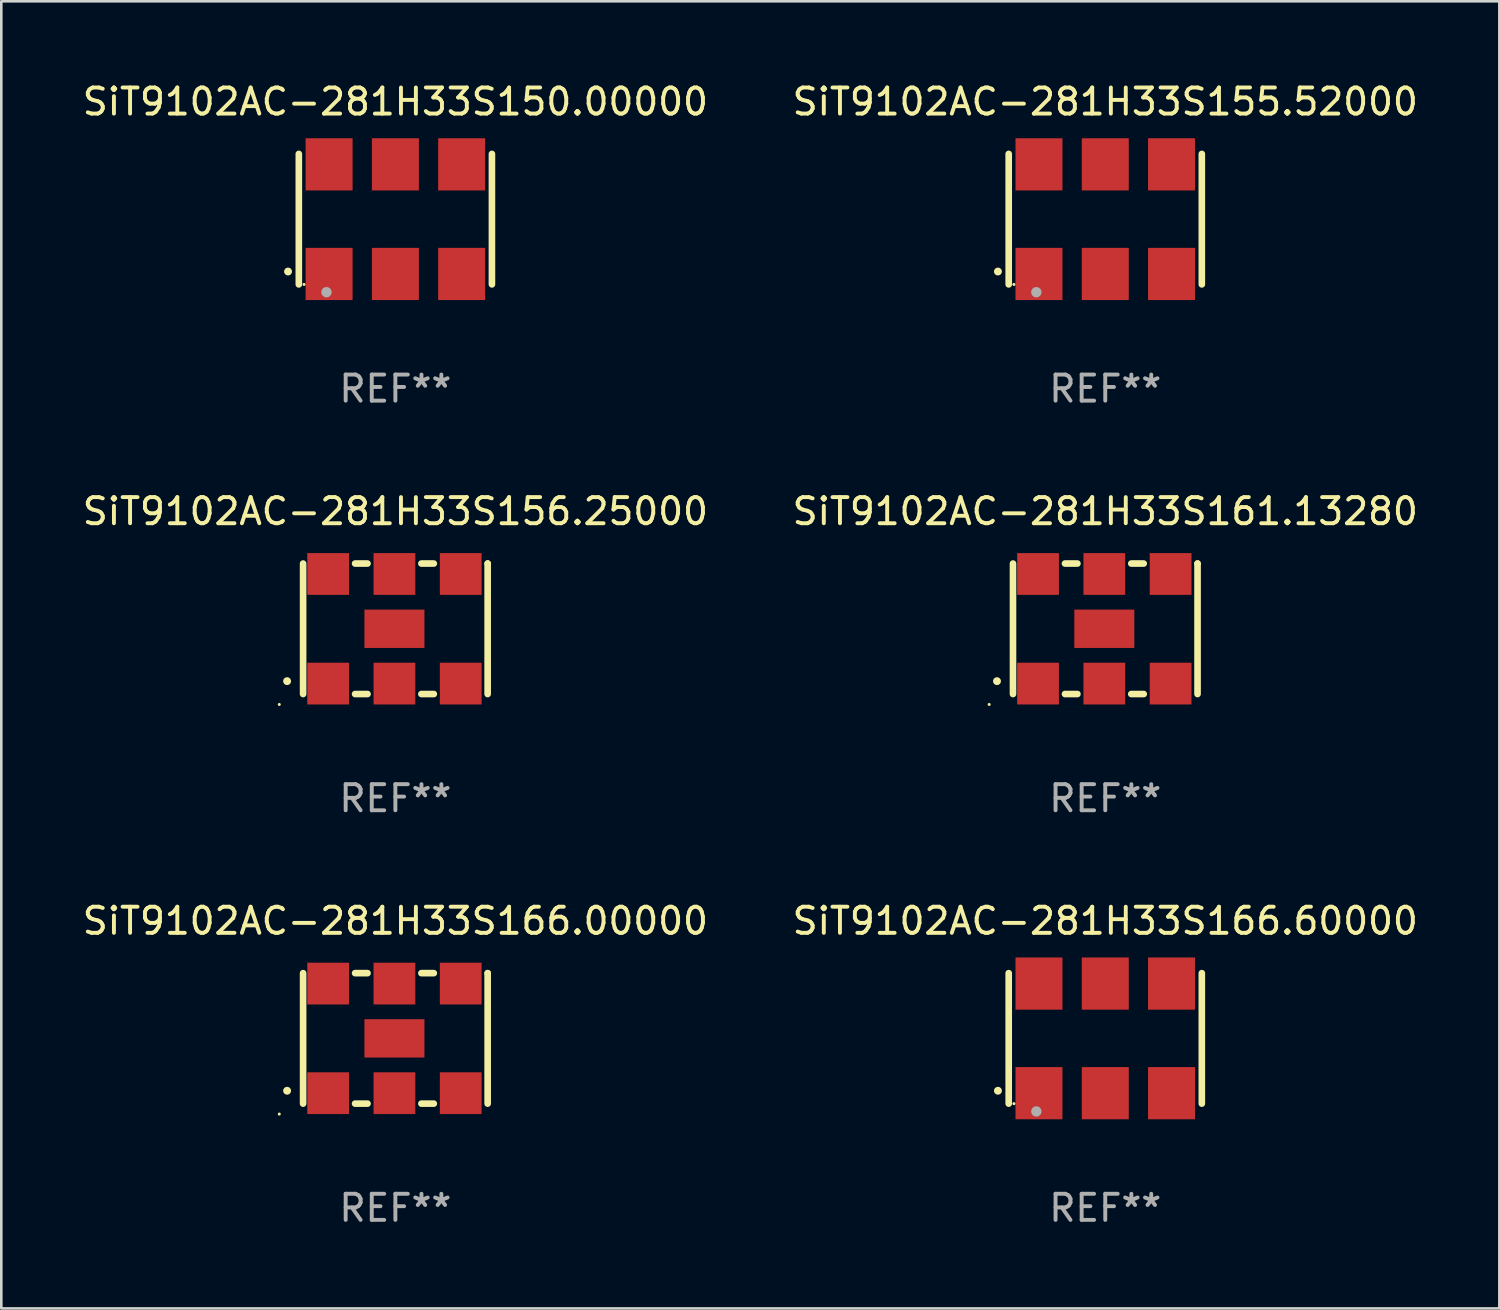
<source format=kicad_pcb>
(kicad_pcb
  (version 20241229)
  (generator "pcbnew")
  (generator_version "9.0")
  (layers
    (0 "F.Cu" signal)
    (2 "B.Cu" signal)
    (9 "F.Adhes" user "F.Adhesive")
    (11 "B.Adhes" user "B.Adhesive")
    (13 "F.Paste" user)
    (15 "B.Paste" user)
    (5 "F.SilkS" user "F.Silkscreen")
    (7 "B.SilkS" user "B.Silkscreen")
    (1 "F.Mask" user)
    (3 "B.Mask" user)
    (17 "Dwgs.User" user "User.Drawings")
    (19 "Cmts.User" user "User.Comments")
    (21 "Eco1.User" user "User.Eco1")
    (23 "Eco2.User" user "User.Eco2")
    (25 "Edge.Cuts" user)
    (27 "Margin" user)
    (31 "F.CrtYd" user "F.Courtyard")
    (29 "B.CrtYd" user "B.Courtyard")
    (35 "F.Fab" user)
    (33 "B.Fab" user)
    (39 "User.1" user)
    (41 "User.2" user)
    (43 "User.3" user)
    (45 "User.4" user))
  (footprint "SiT9102AC-281H33S155.52000"
    (layer "F.Cu")
    (at 39.304 5.348)
    (property "Reference" "SiT9102AC-281H33S155.52000" (at 0 -4.5 0) (layer "F.SilkS") (effects (font (size 1 1) (thickness 0.15))))
    (attr through_hole)
    (fp_line (start -3.7 -2.5) (end -3.7 2.5) (stroke (width 0.254) (type solid)) (layer "F.SilkS"))
    (fp_line (start 3.7 -2.5) (end 3.7 2.5) (stroke (width 0.254) (type solid)) (layer "F.SilkS"))
    (fp_arc (start -4.114415 2.006604) (mid -4.113145 2.006599) (end -4.111875 2.006604) (stroke (width 0.3) (type solid)) (layer "F.SilkS"))
    (fp_circle (center -3.5 2.501) (end -3.47 2.501) (stroke (width 0.06) (type solid)) (fill no) (layer "F.SilkS"))
    (fp_circle (center -2.641 2.799) (end -2.541 2.799) (stroke (width 0.2) (type solid)) (fill no) (layer "F.Fab"))
    (fp_text user "REF**" (at 0 6.5 0) (layer "F.Fab") (effects (font (size 1 1) (thickness 0.15))))
    (pad "1" smd rect (at -2.54 2.1) (size 1.8 2) (layers "F.Cu" "F.Mask" "F.Paste"))
    (pad "2" smd rect (at 0.000394 2.1) (size 1.8 2) (layers "F.Cu" "F.Mask" "F.Paste"))
    (pad "3" smd rect (at 2.54 2.1) (size 1.8 2) (layers "F.Cu" "F.Mask" "F.Paste"))
    (pad "4" smd rect (at 2.54 -2.1) (size 1.8 2) (layers "F.Cu" "F.Mask" "F.Paste"))
    (pad "5" smd rect (at 0.000394 -2.1) (size 1.8 2) (layers "F.Cu" "F.Mask" "F.Paste"))
    (pad "6" smd rect (at -2.54 -2.1) (size 1.8 2) (layers "F.Cu" "F.Mask" "F.Paste")))
  (footprint "SiT9102AC-281H33S150.00000"
    (layer "F.Cu")
    (at 12.101 5.348)
    (property "Reference" "SiT9102AC-281H33S150.00000" (at 0 -4.5 0) (layer "F.SilkS") (effects (font (size 1 1) (thickness 0.15))))
    (attr through_hole)
    (fp_line (start -3.7 -2.5) (end -3.7 2.5) (stroke (width 0.254) (type solid)) (layer "F.SilkS"))
    (fp_line (start 3.7 -2.5) (end 3.7 2.5) (stroke (width 0.254) (type solid)) (layer "F.SilkS"))
    (fp_arc (start -4.114415 2.006604) (mid -4.113145 2.006599) (end -4.111875 2.006604) (stroke (width 0.3) (type solid)) (layer "F.SilkS"))
    (fp_circle (center -3.5 2.501) (end -3.47 2.501) (stroke (width 0.06) (type solid)) (fill no) (layer "F.SilkS"))
    (fp_circle (center -2.641 2.799) (end -2.541 2.799) (stroke (width 0.2) (type solid)) (fill no) (layer "F.Fab"))
    (fp_text user "REF**" (at 0 6.5 0) (layer "F.Fab") (effects (font (size 1 1) (thickness 0.15))))
    (pad "1" smd rect (at -2.54 2.1) (size 1.8 2) (layers "F.Cu" "F.Mask" "F.Paste"))
    (pad "2" smd rect (at 0.000394 2.1) (size 1.8 2) (layers "F.Cu" "F.Mask" "F.Paste"))
    (pad "3" smd rect (at 2.54 2.1) (size 1.8 2) (layers "F.Cu" "F.Mask" "F.Paste"))
    (pad "4" smd rect (at 2.54 -2.1) (size 1.8 2) (layers "F.Cu" "F.Mask" "F.Paste"))
    (pad "5" smd rect (at 0.000394 -2.1) (size 1.8 2) (layers "F.Cu" "F.Mask" "F.Paste"))
    (pad "6" smd rect (at -2.54 -2.1) (size 1.8 2) (layers "F.Cu" "F.Mask" "F.Paste")))
  (footprint "SiT9102AC-281H33S166.00000"
    (layer "F.Cu")
    (at 12.101 36.741)
    (property "Reference" "SiT9102AC-281H33S166.00000" (at 0 -4.5 0) (layer "F.SilkS") (effects (font (size 1 1) (thickness 0.15))))
    (attr through_hole)
    (fp_line (start -3.536 -2.5) (end -3.536 2.5) (stroke (width 0.254) (type solid)) (layer "F.SilkS"))
    (fp_line (start -1.544 2.5) (end -1.067 2.5) (stroke (width 0.254) (type solid)) (layer "F.SilkS"))
    (fp_line (start -1.067 -2.5) (end -1.544 -2.5) (stroke (width 0.254) (type solid)) (layer "F.SilkS"))
    (fp_line (start 0.996 2.5) (end 1.473 2.5) (stroke (width 0.254) (type solid)) (layer "F.SilkS"))
    (fp_line (start 1.473 -2.5) (end 0.996 -2.5) (stroke (width 0.254) (type solid)) (layer "F.SilkS"))
    (fp_line (start 3.536 -2.5) (end 3.536 -2.5) (stroke (width 0.254) (type solid)) (layer "F.SilkS"))
    (fp_line (start 3.536 2.5) (end 3.536 -2.5) (stroke (width 0.254) (type solid)) (layer "F.SilkS"))
    (fp_arc (start -4.150432 2.006604) (mid -4.149162 2.006599) (end -4.147892 2.006604) (stroke (width 0.3) (type solid)) (layer "F.SilkS"))
    (fp_circle (center -4.449 2.9) (end -4.419 2.9) (stroke (width 0.06) (type solid)) (fill no) (layer "F.SilkS"))
    (fp_text user "REF**" (at 0 6.5 0) (layer "F.Fab") (effects (font (size 1 1) (thickness 0.15))))
    (pad "1" smd rect (at -2.576 2.1) (size 1.6 1.6) (layers "F.Cu" "F.Mask" "F.Paste"))
    (pad "2" smd rect (at -0.036 2.1) (size 1.6 1.6) (layers "F.Cu" "F.Mask" "F.Paste"))
    (pad "3" smd rect (at 2.504 2.1) (size 1.6 1.6) (layers "F.Cu" "F.Mask" "F.Paste"))
    (pad "4" smd rect (at 2.504 -2.1) (size 1.6 1.6) (layers "F.Cu" "F.Mask" "F.Paste"))
    (pad "5" smd rect (at -0.036 -2.1) (size 1.6 1.6) (layers "F.Cu" "F.Mask" "F.Paste"))
    (pad "6" smd rect (at -2.576 -2.1) (size 1.6 1.6) (layers "F.Cu" "F.Mask" "F.Paste"))
    (pad "7" smd rect (at -0.036 0) (size 2.3 1.47) (layers "F.Cu" "F.Mask" "F.Paste")))
  (footprint "SiT9102AC-281H33S166.60000"
    (layer "F.Cu")
    (at 39.304 36.741)
    (property "Reference" "SiT9102AC-281H33S166.60000" (at 0 -4.5 0) (layer "F.SilkS") (effects (font (size 1 1) (thickness 0.15))))
    (attr through_hole)
    (fp_line (start -3.7 -2.5) (end -3.7 2.5) (stroke (width 0.254) (type solid)) (layer "F.SilkS"))
    (fp_line (start 3.7 -2.5) (end 3.7 2.5) (stroke (width 0.254) (type solid)) (layer "F.SilkS"))
    (fp_arc (start -4.114415 2.006604) (mid -4.113145 2.006599) (end -4.111875 2.006604) (stroke (width 0.3) (type solid)) (layer "F.SilkS"))
    (fp_circle (center -3.5 2.501) (end -3.47 2.501) (stroke (width 0.06) (type solid)) (fill no) (layer "F.SilkS"))
    (fp_circle (center -2.641 2.799) (end -2.541 2.799) (stroke (width 0.2) (type solid)) (fill no) (layer "F.Fab"))
    (fp_text user "REF**" (at 0 6.5 0) (layer "F.Fab") (effects (font (size 1 1) (thickness 0.15))))
    (pad "1" smd rect (at -2.54 2.1) (size 1.8 2) (layers "F.Cu" "F.Mask" "F.Paste"))
    (pad "2" smd rect (at 0.000394 2.1) (size 1.8 2) (layers "F.Cu" "F.Mask" "F.Paste"))
    (pad "3" smd rect (at 2.54 2.1) (size 1.8 2) (layers "F.Cu" "F.Mask" "F.Paste"))
    (pad "4" smd rect (at 2.54 -2.1) (size 1.8 2) (layers "F.Cu" "F.Mask" "F.Paste"))
    (pad "5" smd rect (at 0.000394 -2.1) (size 1.8 2) (layers "F.Cu" "F.Mask" "F.Paste"))
    (pad "6" smd rect (at -2.54 -2.1) (size 1.8 2) (layers "F.Cu" "F.Mask" "F.Paste")))
  (footprint "SiT9102AC-281H33S156.25000"
    (layer "F.Cu")
    (at 12.101 21.045)
    (property "Reference" "SiT9102AC-281H33S156.25000" (at 0 -4.5 0) (layer "F.SilkS") (effects (font (size 1 1) (thickness 0.15))))
    (attr through_hole)
    (fp_line (start -3.536 -2.5) (end -3.536 2.5) (stroke (width 0.254) (type solid)) (layer "F.SilkS"))
    (fp_line (start -1.544 2.5) (end -1.067 2.5) (stroke (width 0.254) (type solid)) (layer "F.SilkS"))
    (fp_line (start -1.067 -2.5) (end -1.544 -2.5) (stroke (width 0.254) (type solid)) (layer "F.SilkS"))
    (fp_line (start 0.996 2.5) (end 1.473 2.5) (stroke (width 0.254) (type solid)) (layer "F.SilkS"))
    (fp_line (start 1.473 -2.5) (end 0.996 -2.5) (stroke (width 0.254) (type solid)) (layer "F.SilkS"))
    (fp_line (start 3.536 -2.5) (end 3.536 -2.5) (stroke (width 0.254) (type solid)) (layer "F.SilkS"))
    (fp_line (start 3.536 2.5) (end 3.536 -2.5) (stroke (width 0.254) (type solid)) (layer "F.SilkS"))
    (fp_arc (start -4.150432 2.006604) (mid -4.149162 2.006599) (end -4.147892 2.006604) (stroke (width 0.3) (type solid)) (layer "F.SilkS"))
    (fp_circle (center -4.449 2.9) (end -4.419 2.9) (stroke (width 0.06) (type solid)) (fill no) (layer "F.SilkS"))
    (fp_text user "REF**" (at 0 6.5 0) (layer "F.Fab") (effects (font (size 1 1) (thickness 0.15))))
    (pad "1" smd rect (at -2.576 2.1) (size 1.6 1.6) (layers "F.Cu" "F.Mask" "F.Paste"))
    (pad "2" smd rect (at -0.036 2.1) (size 1.6 1.6) (layers "F.Cu" "F.Mask" "F.Paste"))
    (pad "3" smd rect (at 2.504 2.1) (size 1.6 1.6) (layers "F.Cu" "F.Mask" "F.Paste"))
    (pad "4" smd rect (at 2.504 -2.1) (size 1.6 1.6) (layers "F.Cu" "F.Mask" "F.Paste"))
    (pad "5" smd rect (at -0.036 -2.1) (size 1.6 1.6) (layers "F.Cu" "F.Mask" "F.Paste"))
    (pad "6" smd rect (at -2.576 -2.1) (size 1.6 1.6) (layers "F.Cu" "F.Mask" "F.Paste"))
    (pad "7" smd rect (at -0.036 0) (size 2.3 1.47) (layers "F.Cu" "F.Mask" "F.Paste")))
  (footprint "SiT9102AC-281H33S161.13280"
    (layer "F.Cu")
    (at 39.304 21.045)
    (property "Reference" "SiT9102AC-281H33S161.13280" (at 0 -4.5 0) (layer "F.SilkS") (effects (font (size 1 1) (thickness 0.15))))
    (attr through_hole)
    (fp_line (start -3.536 -2.5) (end -3.536 2.5) (stroke (width 0.254) (type solid)) (layer "F.SilkS"))
    (fp_line (start -1.544 2.5) (end -1.067 2.5) (stroke (width 0.254) (type solid)) (layer "F.SilkS"))
    (fp_line (start -1.067 -2.5) (end -1.544 -2.5) (stroke (width 0.254) (type solid)) (layer "F.SilkS"))
    (fp_line (start 0.996 2.5) (end 1.473 2.5) (stroke (width 0.254) (type solid)) (layer "F.SilkS"))
    (fp_line (start 1.473 -2.5) (end 0.996 -2.5) (stroke (width 0.254) (type solid)) (layer "F.SilkS"))
    (fp_line (start 3.536 -2.5) (end 3.536 -2.5) (stroke (width 0.254) (type solid)) (layer "F.SilkS"))
    (fp_line (start 3.536 2.5) (end 3.536 -2.5) (stroke (width 0.254) (type solid)) (layer "F.SilkS"))
    (fp_arc (start -4.150432 2.006604) (mid -4.149162 2.006599) (end -4.147892 2.006604) (stroke (width 0.3) (type solid)) (layer "F.SilkS"))
    (fp_circle (center -4.449 2.9) (end -4.419 2.9) (stroke (width 0.06) (type solid)) (fill no) (layer "F.SilkS"))
    (fp_text user "REF**" (at 0 6.5 0) (layer "F.Fab") (effects (font (size 1 1) (thickness 0.15))))
    (pad "1" smd rect (at -2.576 2.1) (size 1.6 1.6) (layers "F.Cu" "F.Mask" "F.Paste"))
    (pad "2" smd rect (at -0.036 2.1) (size 1.6 1.6) (layers "F.Cu" "F.Mask" "F.Paste"))
    (pad "3" smd rect (at 2.504 2.1) (size 1.6 1.6) (layers "F.Cu" "F.Mask" "F.Paste"))
    (pad "4" smd rect (at 2.504 -2.1) (size 1.6 1.6) (layers "F.Cu" "F.Mask" "F.Paste"))
    (pad "5" smd rect (at -0.036 -2.1) (size 1.6 1.6) (layers "F.Cu" "F.Mask" "F.Paste"))
    (pad "6" smd rect (at -2.576 -2.1) (size 1.6 1.6) (layers "F.Cu" "F.Mask" "F.Paste"))
    (pad "7" smd rect (at -0.036 0) (size 2.3 1.47) (layers "F.Cu" "F.Mask" "F.Paste")))
  (gr_rect
    (start -3 -3)
    (end 54.405 47.09)
    (stroke (width 0.1) (type default))
    (fill no)
    (layer "Edge.Cuts")))
</source>
